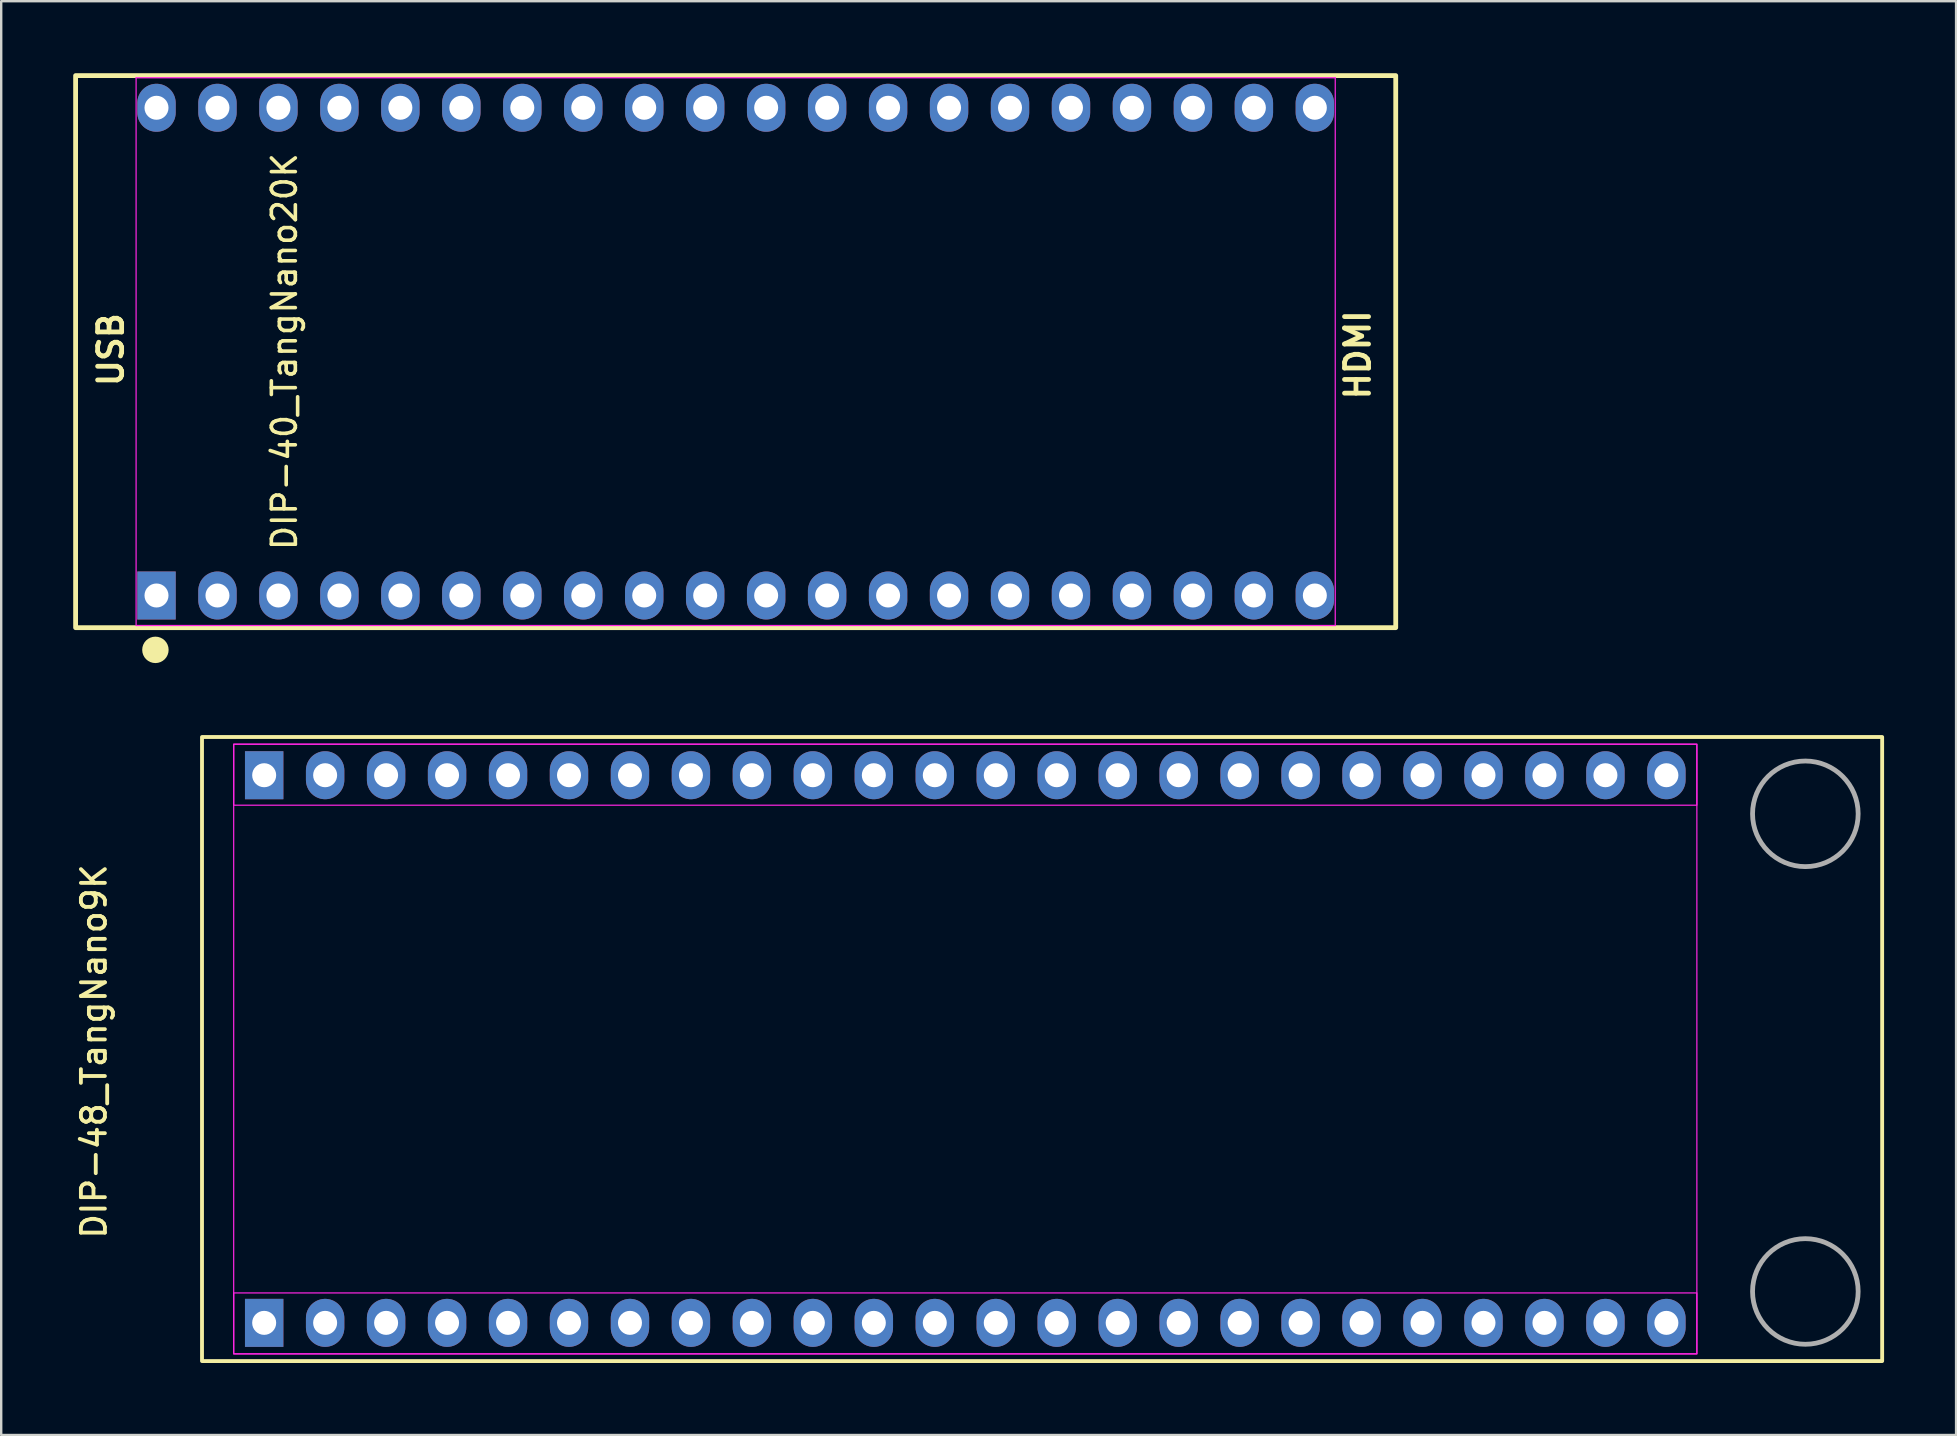
<source format=kicad_pcb>
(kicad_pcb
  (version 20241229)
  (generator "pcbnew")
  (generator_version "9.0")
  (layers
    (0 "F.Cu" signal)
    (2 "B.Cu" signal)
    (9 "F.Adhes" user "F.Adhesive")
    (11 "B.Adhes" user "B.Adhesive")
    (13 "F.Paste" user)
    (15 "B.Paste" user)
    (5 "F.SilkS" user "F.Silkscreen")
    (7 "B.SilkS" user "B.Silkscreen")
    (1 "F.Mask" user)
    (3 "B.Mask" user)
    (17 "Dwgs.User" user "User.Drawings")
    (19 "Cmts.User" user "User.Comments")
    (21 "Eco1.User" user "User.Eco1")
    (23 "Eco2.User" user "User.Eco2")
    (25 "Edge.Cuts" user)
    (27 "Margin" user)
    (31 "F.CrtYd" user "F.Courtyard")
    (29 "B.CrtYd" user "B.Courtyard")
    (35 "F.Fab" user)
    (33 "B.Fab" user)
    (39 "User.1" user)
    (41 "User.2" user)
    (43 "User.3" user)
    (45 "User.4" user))
  (footprint "DIP-40_TangNano20K"
    (layer "F.Cu")
    (at 27.6 11.6)
    (property "Reference" "DIP-40_TangNano20K" (at -18.8 0 90) (layer "F.SilkS") (effects (font (size 1 1) (thickness 0.15))))
    (attr through_hole)
    (fp_rect (start -27.5 -11.5) (end 27.5 11.5) (stroke (width 0.2) (type solid)) (fill no) (layer "F.SilkS"))
    (fp_circle (center -24.175 12.425) (end -23.675 12.45) (stroke (width 0.1) (type solid)) (fill yes) (layer "F.SilkS"))
    (fp_line (start -24.98 -11.41) (end 24.98 -11.41) (stroke (width 0.05) (type default)) (layer "F.CrtYd"))
    (fp_line (start -24.98 11.41) (end -24.98 -11.41) (stroke (width 0.05) (type default)) (layer "F.CrtYd"))
    (fp_line (start 24.98 -11.41) (end 24.98 11.41) (stroke (width 0.05) (type default)) (layer "F.CrtYd"))
    (fp_line (start 24.98 11.41) (end -24.98 11.41) (stroke (width 0.05) (type default)) (layer "F.CrtYd"))
    (fp_text user "HDMI" (at 26.5 2.1 90) (unlocked yes) (layer "F.SilkS") (effects (font (size 1 1) (thickness 0.2) (bold yes)) (justify left bottom)))
    (fp_text user "USB" (at -25.45 1.55 90) (unlocked yes) (layer "F.SilkS") (effects (font (size 1 1) (thickness 0.2) (bold yes)) (justify left bottom)))
    (pad "1" thru_hole rect (at -24.13 10.16) (size 1.6 2) (drill 1) (layers "*.Cu" "*.Mask"))
    (pad "2" thru_hole oval (at -21.59 10.16) (size 1.6 2) (drill 1) (layers "*.Cu" "*.Mask"))
    (pad "3" thru_hole oval (at -19.05 10.16) (size 1.6 2) (drill 1) (layers "*.Cu" "*.Mask"))
    (pad "4" thru_hole oval (at -16.51 10.16) (size 1.6 2) (drill 1) (layers "*.Cu" "*.Mask"))
    (pad "5" thru_hole oval (at -13.97 10.16) (size 1.6 2) (drill 1) (layers "*.Cu" "*.Mask"))
    (pad "6" thru_hole oval (at -11.43 10.16) (size 1.6 2) (drill 1) (layers "*.Cu" "*.Mask"))
    (pad "7" thru_hole oval (at -8.89 10.16) (size 1.6 2) (drill 1) (layers "*.Cu" "*.Mask"))
    (pad "8" thru_hole oval (at -6.35 10.16) (size 1.6 2) (drill 1) (layers "*.Cu" "*.Mask"))
    (pad "9" thru_hole oval (at -3.81 10.16) (size 1.6 2) (drill 1) (layers "*.Cu" "*.Mask"))
    (pad "10" thru_hole oval (at -1.27 10.16) (size 1.6 2) (drill 1) (layers "*.Cu" "*.Mask"))
    (pad "11" thru_hole oval (at 1.27 10.16) (size 1.6 2) (drill 1) (layers "*.Cu" "*.Mask"))
    (pad "12" thru_hole oval (at 3.81 10.16) (size 1.6 2) (drill 1) (layers "*.Cu" "*.Mask"))
    (pad "13" thru_hole oval (at 6.35 10.16) (size 1.6 2) (drill 1) (layers "*.Cu" "*.Mask"))
    (pad "14" thru_hole oval (at 8.89 10.16) (size 1.6 2) (drill 1) (layers "*.Cu" "*.Mask"))
    (pad "15" thru_hole oval (at 11.43 10.16) (size 1.6 2) (drill 1) (layers "*.Cu" "*.Mask"))
    (pad "16" thru_hole oval (at 13.97 10.16) (size 1.6 2) (drill 1) (layers "*.Cu" "*.Mask"))
    (pad "17" thru_hole oval (at 16.51 10.16) (size 1.6 2) (drill 1) (layers "*.Cu" "*.Mask"))
    (pad "18" thru_hole oval (at 19.05 10.16) (size 1.6 2) (drill 1) (layers "*.Cu" "*.Mask"))
    (pad "19" thru_hole oval (at 21.59 10.16) (size 1.6 2) (drill 1) (layers "*.Cu" "*.Mask"))
    (pad "20" thru_hole oval (at 24.13 10.16) (size 1.6 2) (drill 1) (layers "*.Cu" "*.Mask"))
    (pad "21" thru_hole oval (at 24.13 -10.16) (size 1.6 2) (drill 1) (layers "*.Cu" "*.Mask"))
    (pad "22" thru_hole oval (at 21.59 -10.16) (size 1.6 2) (drill 1) (layers "*.Cu" "*.Mask"))
    (pad "23" thru_hole oval (at 19.05 -10.16) (size 1.6 2) (drill 1) (layers "*.Cu" "*.Mask"))
    (pad "24" thru_hole oval (at 16.51 -10.16) (size 1.6 2) (drill 1) (layers "*.Cu" "*.Mask"))
    (pad "25" thru_hole oval (at 13.97 -10.16) (size 1.6 2) (drill 1) (layers "*.Cu" "*.Mask"))
    (pad "26" thru_hole oval (at 11.43 -10.16) (size 1.6 2) (drill 1) (layers "*.Cu" "*.Mask"))
    (pad "27" thru_hole oval (at 8.89 -10.16) (size 1.6 2) (drill 1) (layers "*.Cu" "*.Mask"))
    (pad "28" thru_hole oval (at 6.35 -10.16) (size 1.6 2) (drill 1) (layers "*.Cu" "*.Mask"))
    (pad "29" thru_hole oval (at 3.81 -10.16) (size 1.6 2) (drill 1) (layers "*.Cu" "*.Mask"))
    (pad "30" thru_hole oval (at 1.27 -10.16) (size 1.6 2) (drill 1) (layers "*.Cu" "*.Mask"))
    (pad "31" thru_hole oval (at -1.27 -10.16) (size 1.6 2) (drill 1) (layers "*.Cu" "*.Mask"))
    (pad "32" thru_hole oval (at -3.81 -10.16) (size 1.6 2) (drill 1) (layers "*.Cu" "*.Mask"))
    (pad "33" thru_hole oval (at -6.35 -10.16) (size 1.6 2) (drill 1) (layers "*.Cu" "*.Mask"))
    (pad "34" thru_hole oval (at -8.89 -10.16) (size 1.6 2) (drill 1) (layers "*.Cu" "*.Mask"))
    (pad "35" thru_hole oval (at -11.43 -10.16) (size 1.6 2) (drill 1) (layers "*.Cu" "*.Mask"))
    (pad "36" thru_hole oval (at -13.97 -10.16) (size 1.6 2) (drill 1) (layers "*.Cu" "*.Mask"))
    (pad "37" thru_hole oval (at -16.51 -10.16) (size 1.6 2) (drill 1) (layers "*.Cu" "*.Mask"))
    (pad "38" thru_hole oval (at -19.05 -10.16) (size 1.6 2) (drill 1) (layers "*.Cu" "*.Mask"))
    (pad "39" thru_hole oval (at -21.59 -10.16) (size 1.6 2) (drill 1) (layers "*.Cu" "*.Mask"))
    (pad "40" thru_hole oval (at -24.13 -10.16) (size 1.6 2) (drill 1) (layers "*.Cu" "*.Mask")))
  (footprint "DIP-48_TangNano9K"
    (layer "F.Cu")
    (at 37.166 40.656)
    (property "Reference" "DIP-48_TangNano9K" (at -36.3 0.1 90) (layer "F.SilkS") (effects (font (size 1 1) (thickness 0.16))))
    (attr through_hole)
    (fp_rect (start -31.8 -13) (end 38.2 13) (stroke (width 0.16) (type default)) (fill no) (layer "F.SilkS"))
    (fp_rect (start -30.48 -12.7) (end 30.48 -10.16) (stroke (width 0.05) (type default)) (fill no) (layer "F.CrtYd"))
    (fp_rect (start -30.48 -12.7) (end 30.48 12.7) (stroke (width 0.05) (type default)) (fill no) (layer "F.CrtYd"))
    (fp_rect (start -30.48 10.16) (end 30.48 12.7) (stroke (width 0.05) (type default)) (fill no) (layer "F.CrtYd"))
    (fp_circle (center 35 -9.8) (end 37.2 -9.8) (stroke (width 0.2) (type default)) (fill no) (layer "F.Fab"))
    (fp_circle (center 35 10.1) (end 37.2 10.1) (stroke (width 0.2) (type default)) (fill no) (layer "F.Fab"))
    (pad "1" thru_hole rect (at -29.21 11.408) (size 1.6 2) (drill 1) (layers "*.Cu" "*.Mask"))
    (pad "2" thru_hole oval (at -26.67 11.408) (size 1.6 2) (drill 1) (layers "*.Cu" "*.Mask"))
    (pad "3" thru_hole oval (at -24.13 11.408) (size 1.6 2) (drill 1) (layers "*.Cu" "*.Mask"))
    (pad "4" thru_hole oval (at -21.59 11.408) (size 1.6 2) (drill 1) (layers "*.Cu" "*.Mask"))
    (pad "5" thru_hole oval (at -19.05 11.408) (size 1.6 2) (drill 1) (layers "*.Cu" "*.Mask"))
    (pad "6" thru_hole oval (at -16.51 11.408) (size 1.6 2) (drill 1) (layers "*.Cu" "*.Mask"))
    (pad "7" thru_hole oval (at -13.97 11.408) (size 1.6 2) (drill 1) (layers "*.Cu" "*.Mask"))
    (pad "8" thru_hole oval (at -11.43 11.408) (size 1.6 2) (drill 1) (layers "*.Cu" "*.Mask"))
    (pad "9" thru_hole oval (at -8.89 11.408) (size 1.6 2) (drill 1) (layers "*.Cu" "*.Mask"))
    (pad "10" thru_hole oval (at -6.35 11.408) (size 1.6 2) (drill 1) (layers "*.Cu" "*.Mask"))
    (pad "11" thru_hole oval (at -3.81 11.408) (size 1.6 2) (drill 1) (layers "*.Cu" "*.Mask"))
    (pad "12" thru_hole oval (at -1.27 11.408) (size 1.6 2) (drill 1) (layers "*.Cu" "*.Mask"))
    (pad "13" thru_hole oval (at 1.27 11.408) (size 1.6 2) (drill 1) (layers "*.Cu" "*.Mask"))
    (pad "14" thru_hole oval (at 3.81 11.408) (size 1.6 2) (drill 1) (layers "*.Cu" "*.Mask"))
    (pad "15" thru_hole oval (at 6.35 11.408) (size 1.6 2) (drill 1) (layers "*.Cu" "*.Mask"))
    (pad "16" thru_hole oval (at 8.89 11.408) (size 1.6 2) (drill 1) (layers "*.Cu" "*.Mask"))
    (pad "17" thru_hole oval (at 11.43 11.408) (size 1.6 2) (drill 1) (layers "*.Cu" "*.Mask"))
    (pad "18" thru_hole oval (at 13.97 11.408) (size 1.6 2) (drill 1) (layers "*.Cu" "*.Mask"))
    (pad "19" thru_hole oval (at 16.51 11.408) (size 1.6 2) (drill 1) (layers "*.Cu" "*.Mask"))
    (pad "20" thru_hole oval (at 19.05 11.408) (size 1.6 2) (drill 1) (layers "*.Cu" "*.Mask"))
    (pad "21" thru_hole oval (at 21.59 11.408) (size 1.6 2) (drill 1) (layers "*.Cu" "*.Mask"))
    (pad "22" thru_hole oval (at 24.13 11.408) (size 1.6 2) (drill 1) (layers "*.Cu" "*.Mask"))
    (pad "23" thru_hole oval (at 26.67 11.408) (size 1.6 2) (drill 1) (layers "*.Cu" "*.Mask"))
    (pad "24" thru_hole oval (at 29.21 11.408) (size 1.6 2) (drill 1) (layers "*.Cu" "*.Mask"))
    (pad "25" thru_hole oval (at 29.21 -11.408) (size 1.6 2) (drill 1) (layers "*.Cu" "*.Mask"))
    (pad "26" thru_hole oval (at 26.67 -11.408) (size 1.6 2) (drill 1) (layers "*.Cu" "*.Mask"))
    (pad "27" thru_hole oval (at 24.13 -11.408) (size 1.6 2) (drill 1) (layers "*.Cu" "*.Mask"))
    (pad "28" thru_hole oval (at 21.59 -11.408) (size 1.6 2) (drill 1) (layers "*.Cu" "*.Mask"))
    (pad "29" thru_hole oval (at 19.05 -11.408) (size 1.6 2) (drill 1) (layers "*.Cu" "*.Mask"))
    (pad "30" thru_hole oval (at 16.51 -11.408) (size 1.6 2) (drill 1) (layers "*.Cu" "*.Mask"))
    (pad "31" thru_hole oval (at 13.97 -11.408) (size 1.6 2) (drill 1) (layers "*.Cu" "*.Mask"))
    (pad "32" thru_hole oval (at 11.43 -11.408) (size 1.6 2) (drill 1) (layers "*.Cu" "*.Mask"))
    (pad "33" thru_hole oval (at 8.89 -11.408) (size 1.6 2) (drill 1) (layers "*.Cu" "*.Mask"))
    (pad "34" thru_hole oval (at 6.35 -11.408) (size 1.6 2) (drill 1) (layers "*.Cu" "*.Mask"))
    (pad "35" thru_hole oval (at 3.81 -11.408) (size 1.6 2) (drill 1) (layers "*.Cu" "*.Mask"))
    (pad "36" thru_hole oval (at 1.27 -11.408) (size 1.6 2) (drill 1) (layers "*.Cu" "*.Mask"))
    (pad "37" thru_hole oval (at -1.27 -11.408) (size 1.6 2) (drill 1) (layers "*.Cu" "*.Mask"))
    (pad "38" thru_hole oval (at -3.81 -11.408) (size 1.6 2) (drill 1) (layers "*.Cu" "*.Mask"))
    (pad "39" thru_hole oval (at -6.35 -11.408) (size 1.6 2) (drill 1) (layers "*.Cu" "*.Mask"))
    (pad "40" thru_hole oval (at -8.89 -11.408) (size 1.6 2) (drill 1) (layers "*.Cu" "*.Mask"))
    (pad "41" thru_hole oval (at -11.43 -11.408) (size 1.6 2) (drill 1) (layers "*.Cu" "*.Mask"))
    (pad "42" thru_hole oval (at -13.97 -11.408) (size 1.6 2) (drill 1) (layers "*.Cu" "*.Mask"))
    (pad "43" thru_hole oval (at -16.51 -11.408) (size 1.6 2) (drill 1) (layers "*.Cu" "*.Mask"))
    (pad "44" thru_hole oval (at -19.05 -11.408) (size 1.6 2) (drill 1) (layers "*.Cu" "*.Mask"))
    (pad "45" thru_hole oval (at -21.59 -11.408) (size 1.6 2) (drill 1) (layers "*.Cu" "*.Mask"))
    (pad "46" thru_hole oval (at -24.13 -11.408) (size 1.6 2) (drill 1) (layers "*.Cu" "*.Mask"))
    (pad "47" thru_hole oval (at -26.67 -11.408) (size 1.6 2) (drill 1) (layers "*.Cu" "*.Mask"))
    (pad "48" thru_hole rect (at -29.21 -11.408) (size 1.6 2) (drill 1) (layers "*.Cu" "*.Mask")))
  (gr_rect
    (start -3 -3)
    (end 78.446 56.736)
    (stroke (width 0.1) (type default))
    (fill no)
    (layer "Edge.Cuts")))
</source>
